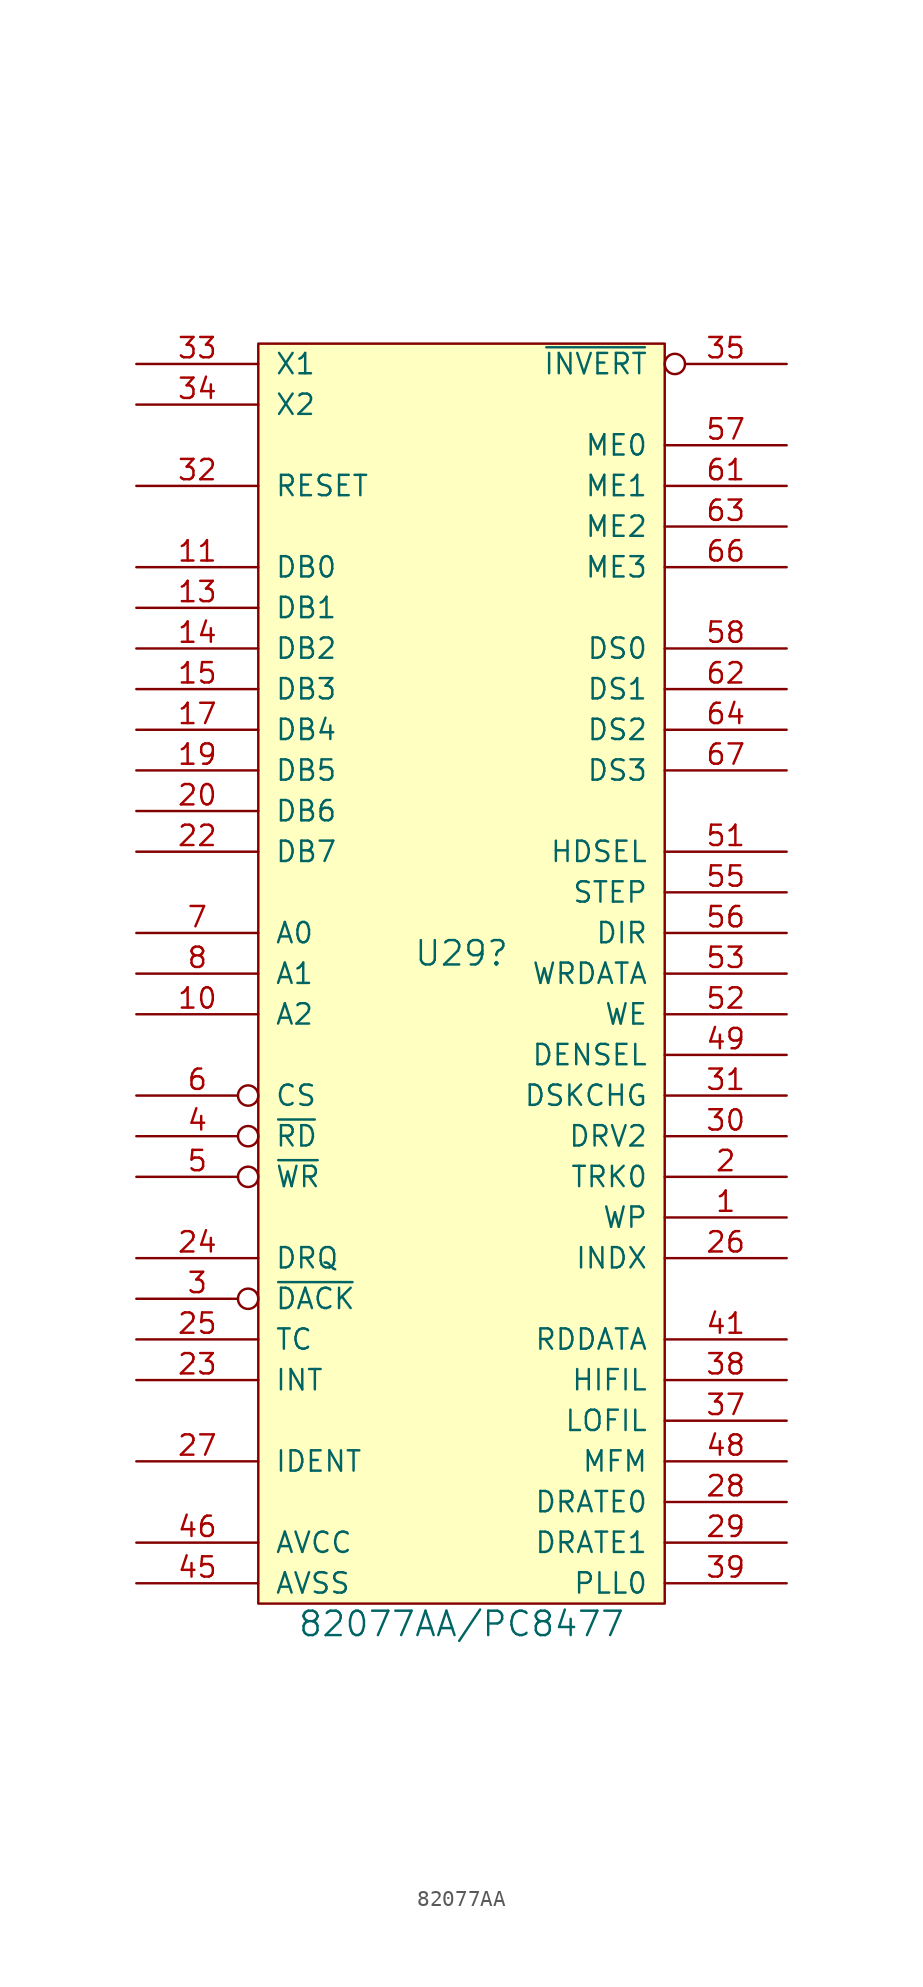
<source format=kicad_sym>
(kicad_symbol_lib
  (version 20231120)
  (generator "kicad_symbol_editor")
  (generator_version "8.0")
  (symbol "82077AA"
    (pin_names
      (offset 1.016))
    (property "Reference" "U29"
      (at 0 1.27 0)
      (effects (font (size 1.524 1.524))))
    (property "Value" "82077AA/PC8477"
      (at 0 -40.64 0)
      (effects (font (size 1.524 1.524))))
    (symbol "82077AA_1_1"
      (rectangle (start -12.7 39.37) (end 12.7 -39.37) (stroke (width 0) (type solid)) (fill (type background)))
      (pin input line (at 20.32 -15.24 180) (length 7.62) (name "WP" (effects (font (size 1.27 1.27)))) (number "1" (effects (font (size 1.27 1.27)))))
      (pin input line (at -20.32 -2.54 0) (length 7.62) (name "A2" (effects (font (size 1.27 1.27)))) (number "10" (effects (font (size 1.27 1.27)))))
      (pin tri_state line (at -20.32 25.4 0) (length 7.62) (name "DB0" (effects (font (size 1.27 1.27)))) (number "11" (effects (font (size 1.27 1.27)))))
      (pin power_in line (at -7.62 -46.99 90) (length 7.62) hide (name "GND" (effects (font (size 1.27 1.27)))) (number "12" (effects (font (size 1.27 1.27)))))
      (pin tri_state line (at -20.32 22.86 0) (length 7.62) (name "DB1" (effects (font (size 1.27 1.27)))) (number "13" (effects (font (size 1.27 1.27)))))
      (pin tri_state line (at -20.32 20.32 0) (length 7.62) (name "DB2" (effects (font (size 1.27 1.27)))) (number "14" (effects (font (size 1.27 1.27)))))
      (pin tri_state line (at -20.32 17.78 0) (length 7.62) (name "DB3" (effects (font (size 1.27 1.27)))) (number "15" (effects (font (size 1.27 1.27)))))
      (pin power_in line (at -5.08 -46.99 90) (length 7.62) hide (name "GND" (effects (font (size 1.27 1.27)))) (number "16" (effects (font (size 1.27 1.27)))))
      (pin tri_state line (at -20.32 15.24 0) (length 7.62) (name "DB4" (effects (font (size 1.27 1.27)))) (number "17" (effects (font (size 1.27 1.27)))))
      (pin power_in line (at -3.81 46.99 270) (length 7.62) hide (name "VCC" (effects (font (size 1.27 1.27)))) (number "18" (effects (font (size 1.27 1.27)))))
      (pin tri_state line (at -20.32 12.7 0) (length 7.62) (name "DB5" (effects (font (size 1.27 1.27)))) (number "19" (effects (font (size 1.27 1.27)))))
      (pin input line (at 20.32 -12.7 180) (length 7.62) (name "TRK0" (effects (font (size 1.27 1.27)))) (number "2" (effects (font (size 1.27 1.27)))))
      (pin tri_state line (at -20.32 10.16 0) (length 7.62) (name "DB6" (effects (font (size 1.27 1.27)))) (number "20" (effects (font (size 1.27 1.27)))))
      (pin power_in line (at -2.54 -46.99 90) (length 7.62) hide (name "GND" (effects (font (size 1.27 1.27)))) (number "21" (effects (font (size 1.27 1.27)))))
      (pin tri_state line (at -20.32 7.62 0) (length 7.62) (name "DB7" (effects (font (size 1.27 1.27)))) (number "22" (effects (font (size 1.27 1.27)))))
      (pin output line (at -20.32 -25.4 0) (length 7.62) (name "INT" (effects (font (size 1.27 1.27)))) (number "23" (effects (font (size 1.27 1.27)))))
      (pin output line (at -20.32 -17.78 0) (length 7.62) (name "DRQ" (effects (font (size 1.27 1.27)))) (number "24" (effects (font (size 1.27 1.27)))))
      (pin input line (at -20.32 -22.86 0) (length 7.62) (name "TC" (effects (font (size 1.27 1.27)))) (number "25" (effects (font (size 1.27 1.27)))))
      (pin input line (at 20.32 -17.78 180) (length 7.62) (name "INDX" (effects (font (size 1.27 1.27)))) (number "26" (effects (font (size 1.27 1.27)))))
      (pin input line (at -20.32 -30.48 0) (length 7.62) (name "IDENT" (effects (font (size 1.27 1.27)))) (number "27" (effects (font (size 1.27 1.27)))))
      (pin output line (at 20.32 -33.02 180) (length 7.62) (name "DRATE0" (effects (font (size 1.27 1.27)))) (number "28" (effects (font (size 1.27 1.27)))))
      (pin output line (at 20.32 -35.56 180) (length 7.62) (name "DRATE1" (effects (font (size 1.27 1.27)))) (number "29" (effects (font (size 1.27 1.27)))))
      (pin input inverted (at -20.32 -20.32 0) (length 7.62) (name "~{DACK}" (effects (font (size 1.27 1.27)))) (number "3" (effects (font (size 1.27 1.27)))))
      (pin input line (at 20.32 -10.16 180) (length 7.62) (name "DRV2" (effects (font (size 1.27 1.27)))) (number "30" (effects (font (size 1.27 1.27)))))
      (pin input line (at 20.32 -7.62 180) (length 7.62) (name "DSKCHG" (effects (font (size 1.27 1.27)))) (number "31" (effects (font (size 1.27 1.27)))))
      (pin input line (at -20.32 30.48 0) (length 7.62) (name "RESET" (effects (font (size 1.27 1.27)))) (number "32" (effects (font (size 1.27 1.27)))))
      (pin input line (at -20.32 38.1 0) (length 7.62) (name "X1" (effects (font (size 1.27 1.27)))) (number "33" (effects (font (size 1.27 1.27)))))
      (pin input line (at -20.32 35.56 0) (length 7.62) (name "X2" (effects (font (size 1.27 1.27)))) (number "34" (effects (font (size 1.27 1.27)))))
      (pin input inverted (at 20.32 38.1 180) (length 7.62) (name "~{INVERT}" (effects (font (size 1.27 1.27)))) (number "35" (effects (font (size 1.27 1.27)))))
      (pin power_in line (at 0 -46.99 90) (length 7.62) hide (name "GND" (effects (font (size 1.27 1.27)))) (number "36" (effects (font (size 1.27 1.27)))))
      (pin input line (at 20.32 -27.94 180) (length 7.62) (name "LOFIL" (effects (font (size 1.27 1.27)))) (number "37" (effects (font (size 1.27 1.27)))))
      (pin input line (at 20.32 -25.4 180) (length 7.62) (name "HIFIL" (effects (font (size 1.27 1.27)))) (number "38" (effects (font (size 1.27 1.27)))))
      (pin input line (at 20.32 -38.1 180) (length 7.62) (name "PLL0" (effects (font (size 1.27 1.27)))) (number "39" (effects (font (size 1.27 1.27)))))
      (pin input inverted (at -20.32 -10.16 0) (length 7.62) (name "~{RD}" (effects (font (size 1.27 1.27)))) (number "4" (effects (font (size 1.27 1.27)))))
      (pin power_in line (at -1.27 46.99 270) (length 7.62) hide (name "VCC" (effects (font (size 1.27 1.27)))) (number "40" (effects (font (size 1.27 1.27)))))
      (pin input line (at 20.32 -22.86 180) (length 7.62) (name "RDDATA" (effects (font (size 1.27 1.27)))) (number "41" (effects (font (size 1.27 1.27)))))
      (pin no_connect line (at -8.89 46.99 270) (length 7.62) hide (name "NC" (effects (font (size 1.27 1.27)))) (number "42" (effects (font (size 1.27 1.27)))))
      (pin no_connect line (at -6.35 46.99 270) (length 7.62) hide (name "NC" (effects (font (size 1.27 1.27)))) (number "43" (effects (font (size 1.27 1.27)))))
      (pin no_connect line (at 6.35 46.99 270) (length 7.62) hide (name "NC" (effects (font (size 1.27 1.27)))) (number "44" (effects (font (size 1.27 1.27)))))
      (pin power_in line (at -20.32 -38.1 0) (length 7.62) (name "AVSS" (effects (font (size 1.27 1.27)))) (number "45" (effects (font (size 1.27 1.27)))))
      (pin power_in line (at -20.32 -35.56 0) (length 7.62) (name "AVCC" (effects (font (size 1.27 1.27)))) (number "46" (effects (font (size 1.27 1.27)))))
      (pin no_connect line (at 8.89 46.99 270) (length 7.62) hide (name "NC" (effects (font (size 1.27 1.27)))) (number "47" (effects (font (size 1.27 1.27)))))
      (pin input line (at 20.32 -30.48 180) (length 7.62) (name "MFM" (effects (font (size 1.27 1.27)))) (number "48" (effects (font (size 1.27 1.27)))))
      (pin output line (at 20.32 -5.08 180) (length 7.62) (name "DENSEL" (effects (font (size 1.27 1.27)))) (number "49" (effects (font (size 1.27 1.27)))))
      (pin input inverted (at -20.32 -12.7 0) (length 7.62) (name "~{WR}" (effects (font (size 1.27 1.27)))) (number "5" (effects (font (size 1.27 1.27)))))
      (pin power_in line (at 2.54 -46.99 90) (length 7.62) hide (name "GND" (effects (font (size 1.27 1.27)))) (number "50" (effects (font (size 1.27 1.27)))))
      (pin output line (at 20.32 7.62 180) (length 7.62) (name "HDSEL" (effects (font (size 1.27 1.27)))) (number "51" (effects (font (size 1.27 1.27)))))
      (pin output line (at 20.32 -2.54 180) (length 7.62) (name "WE" (effects (font (size 1.27 1.27)))) (number "52" (effects (font (size 1.27 1.27)))))
      (pin output line (at 20.32 0 180) (length 7.62) (name "WRDATA" (effects (font (size 1.27 1.27)))) (number "53" (effects (font (size 1.27 1.27)))))
      (pin power_in line (at 5.08 -46.99 90) (length 7.62) hide (name "GND" (effects (font (size 1.27 1.27)))) (number "54" (effects (font (size 1.27 1.27)))))
      (pin output line (at 20.32 5.08 180) (length 7.62) (name "STEP" (effects (font (size 1.27 1.27)))) (number "55" (effects (font (size 1.27 1.27)))))
      (pin output line (at 20.32 2.54 180) (length 7.62) (name "DIR" (effects (font (size 1.27 1.27)))) (number "56" (effects (font (size 1.27 1.27)))))
      (pin output line (at 20.32 33.02 180) (length 7.62) (name "ME0" (effects (font (size 1.27 1.27)))) (number "57" (effects (font (size 1.27 1.27)))))
      (pin output line (at 20.32 20.32 180) (length 7.62) (name "DS0" (effects (font (size 1.27 1.27)))) (number "58" (effects (font (size 1.27 1.27)))))
      (pin power_in line (at 7.62 -46.99 90) (length 7.62) hide (name "GND" (effects (font (size 1.27 1.27)))) (number "59" (effects (font (size 1.27 1.27)))))
      (pin input inverted (at -20.32 -7.62 0) (length 7.62) (name "CS" (effects (font (size 1.27 1.27)))) (number "6" (effects (font (size 1.27 1.27)))))
      (pin power_in line (at 1.27 46.99 270) (length 7.62) hide (name "VCC" (effects (font (size 1.27 1.27)))) (number "60" (effects (font (size 1.27 1.27)))))
      (pin output line (at 20.32 30.48 180) (length 7.62) (name "ME1" (effects (font (size 1.27 1.27)))) (number "61" (effects (font (size 1.27 1.27)))))
      (pin output line (at 20.32 17.78 180) (length 7.62) (name "DS1" (effects (font (size 1.27 1.27)))) (number "62" (effects (font (size 1.27 1.27)))))
      (pin output line (at 20.32 27.94 180) (length 7.62) (name "ME2" (effects (font (size 1.27 1.27)))) (number "63" (effects (font (size 1.27 1.27)))))
      (pin output line (at 20.32 15.24 180) (length 7.62) (name "DS2" (effects (font (size 1.27 1.27)))) (number "64" (effects (font (size 1.27 1.27)))))
      (pin power_in line (at 10.16 -46.99 90) (length 7.62) hide (name "GND" (effects (font (size 1.27 1.27)))) (number "65" (effects (font (size 1.27 1.27)))))
      (pin output line (at 20.32 25.4 180) (length 7.62) (name "ME3" (effects (font (size 1.27 1.27)))) (number "66" (effects (font (size 1.27 1.27)))))
      (pin output line (at 20.32 12.7 180) (length 7.62) (name "DS3" (effects (font (size 1.27 1.27)))) (number "67" (effects (font (size 1.27 1.27)))))
      (pin power_in line (at 3.81 46.99 270) (length 7.62) hide (name "VCC" (effects (font (size 1.27 1.27)))) (number "68" (effects (font (size 1.27 1.27)))))
      (pin input line (at -20.32 2.54 0) (length 7.62) (name "A0" (effects (font (size 1.27 1.27)))) (number "7" (effects (font (size 1.27 1.27)))))
      (pin input line (at -20.32 0 0) (length 7.62) (name "A1" (effects (font (size 1.27 1.27)))) (number "8" (effects (font (size 1.27 1.27)))))
      (pin power_in line (at -10.16 -46.99 90) (length 7.62) hide (name "GND" (effects (font (size 1.27 1.27)))) (number "9" (effects (font (size 1.27 1.27))))))))
</source>
